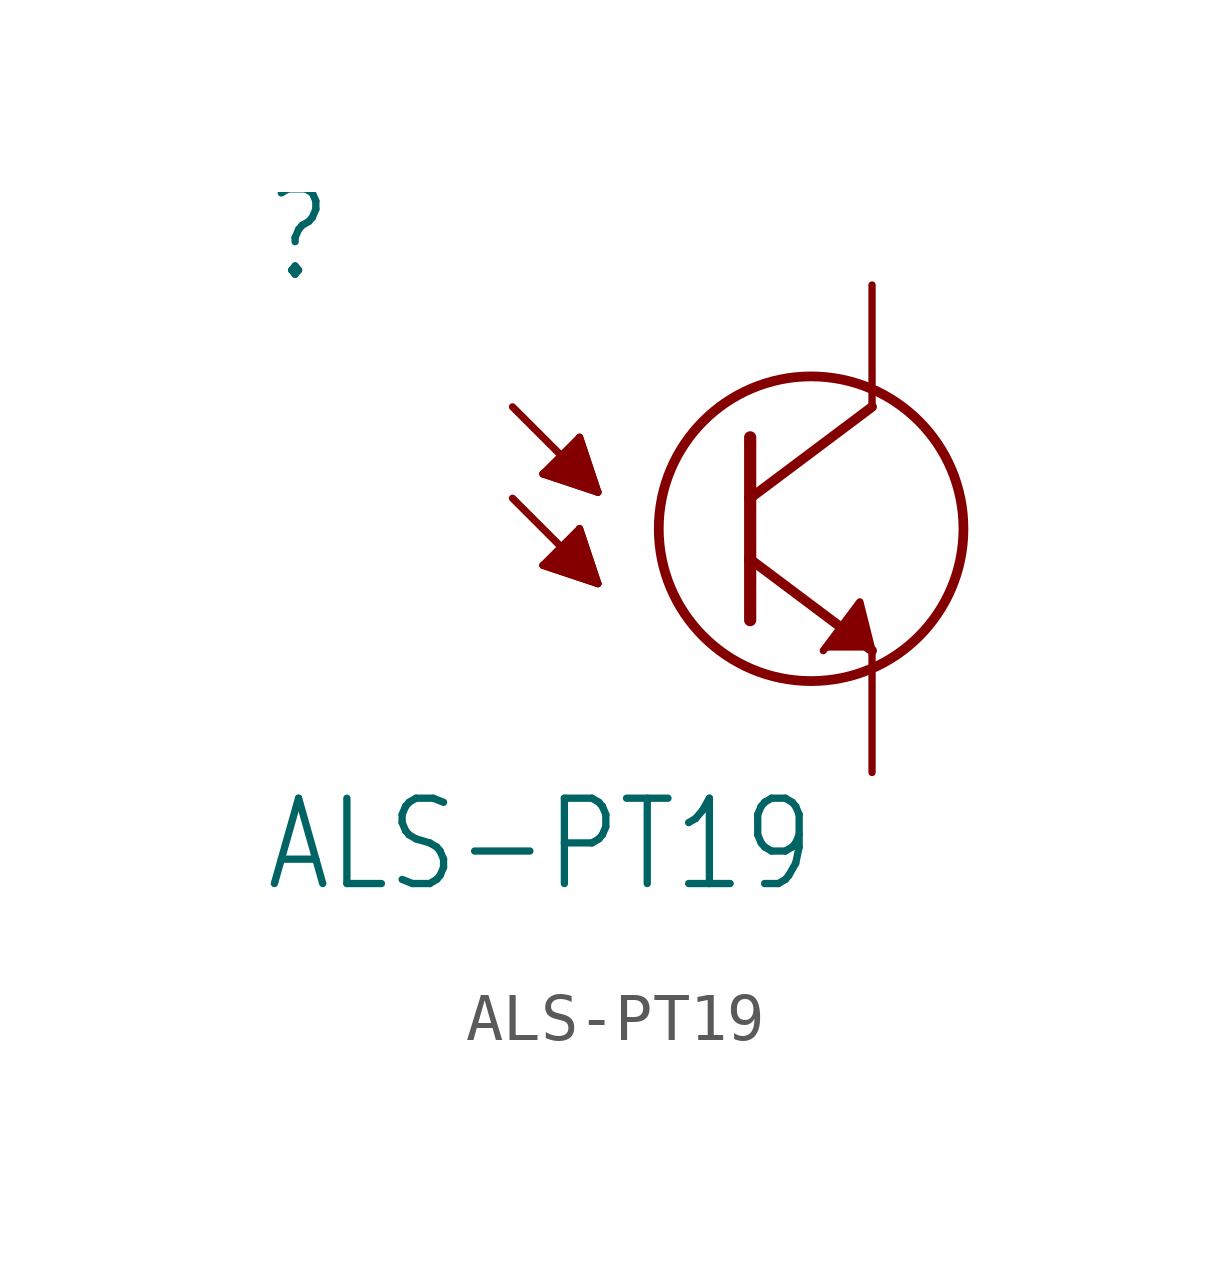
<source format=kicad_sym>
(kicad_symbol_lib
  (version 20211014)
  (generator kicad_symbol_editor)
  (symbol "ALS-PT19"
    (property "Reference" ""
      (at -10.16 5.08 0)
      (effects (font (size 1.778 1.511)) (justify left bottom)))
    (property "Value" "ALS-PT19"
      (at -10.16 -7.62 0)
      (effects (font (size 1.778 1.511)) (justify left bottom)))
    (property "ki_locked" ""
      (at 0 0 0)
      (effects (font (size 1.27 1.27))))
    (symbol "ALS-PT19_1_0"
      (polyline (pts (xy -4.953 0.635) (xy -3.175 -1.143)) (stroke (width 0.152) (type default) (color 0 0 0 0)) (fill (type none)))
      (polyline (pts (xy -4.953 2.54) (xy -3.175 0.762)) (stroke (width 0.152) (type default) (color 0 0 0 0)) (fill (type none)))
      (polyline (pts (xy -4.318 -0.762) (xy -3.556 0)) (stroke (width 0.152) (type default) (color 0 0 0 0)) (fill (type none)))
      (polyline (pts (xy -4.318 1.143) (xy -3.556 1.905)) (stroke (width 0.152) (type default) (color 0 0 0 0)) (fill (type none)))
      (polyline (pts (xy -3.556 0) (xy -3.175 -1.143)) (stroke (width 0.152) (type default) (color 0 0 0 0)) (fill (type none)))
      (polyline (pts (xy -3.556 1.905) (xy -3.175 0.762)) (stroke (width 0.152) (type default) (color 0 0 0 0)) (fill (type none)))
      (polyline (pts (xy -3.175 -1.143) (xy -4.318 -0.762)) (stroke (width 0.152) (type default) (color 0 0 0 0)) (fill (type none)))
      (polyline (pts (xy -3.175 0.762) (xy -4.318 1.143)) (stroke (width 0.152) (type default) (color 0 0 0 0)) (fill (type none)))
      (polyline (pts (xy 0 -0.635) (xy 0 -1.905)) (stroke (width 0.254) (type default) (color 0 0 0 0)) (fill (type none)))
      (polyline (pts (xy 0 -0.635) (xy 2.54 -2.54)) (stroke (width 0.203) (type default) (color 0 0 0 0)) (fill (type none)))
      (polyline (pts (xy 0 0.635) (xy 0 -0.635)) (stroke (width 0.254) (type default) (color 0 0 0 0)) (fill (type none)))
      (polyline (pts (xy 0 0.635) (xy 2.54 2.54)) (stroke (width 0.203) (type default) (color 0 0 0 0)) (fill (type none)))
      (polyline (pts (xy 0 1.905) (xy 0 0.635)) (stroke (width 0.254) (type default) (color 0 0 0 0)) (fill (type none)))
      (polyline (pts (xy 2.286 -2.286) (xy 2.54 -2.54)) (stroke (width 0.152) (type default) (color 0 0 0 0)) (fill (type none)))
      (polyline (pts (xy -4.318 -0.762) (xy -3.175 -1.143) (xy -3.556 0)) (stroke (width 0) (type default) (color 0 0 0 0)) (fill (type outline)))
      (polyline (pts (xy -4.318 1.143) (xy -3.175 0.762) (xy -3.556 1.905)) (stroke (width 0) (type default) (color 0 0 0 0)) (fill (type outline)))
      (polyline (pts (xy 2.54 -2.54) (xy 2.286 -1.524) (xy 1.524 -2.54)) (stroke (width 0) (type default) (color 0 0 0 0)) (fill (type outline)))
      (circle (center 1.27 0) (radius 3.175) (stroke (width 0.203) (type default) (color 0 0 0 0)) (fill (type none)))
      (pin passive line (at 2.54 5.08 270) (length 2.54) (name "C" (effects (font (size 0 0)))) (number "1" (effects (font (size 0 0)))))
      (pin passive line (at 2.54 -5.08 90) (length 2.54) (name "E" (effects (font (size 0 0)))) (number "2" (effects (font (size 0 0))))))))
</source>
